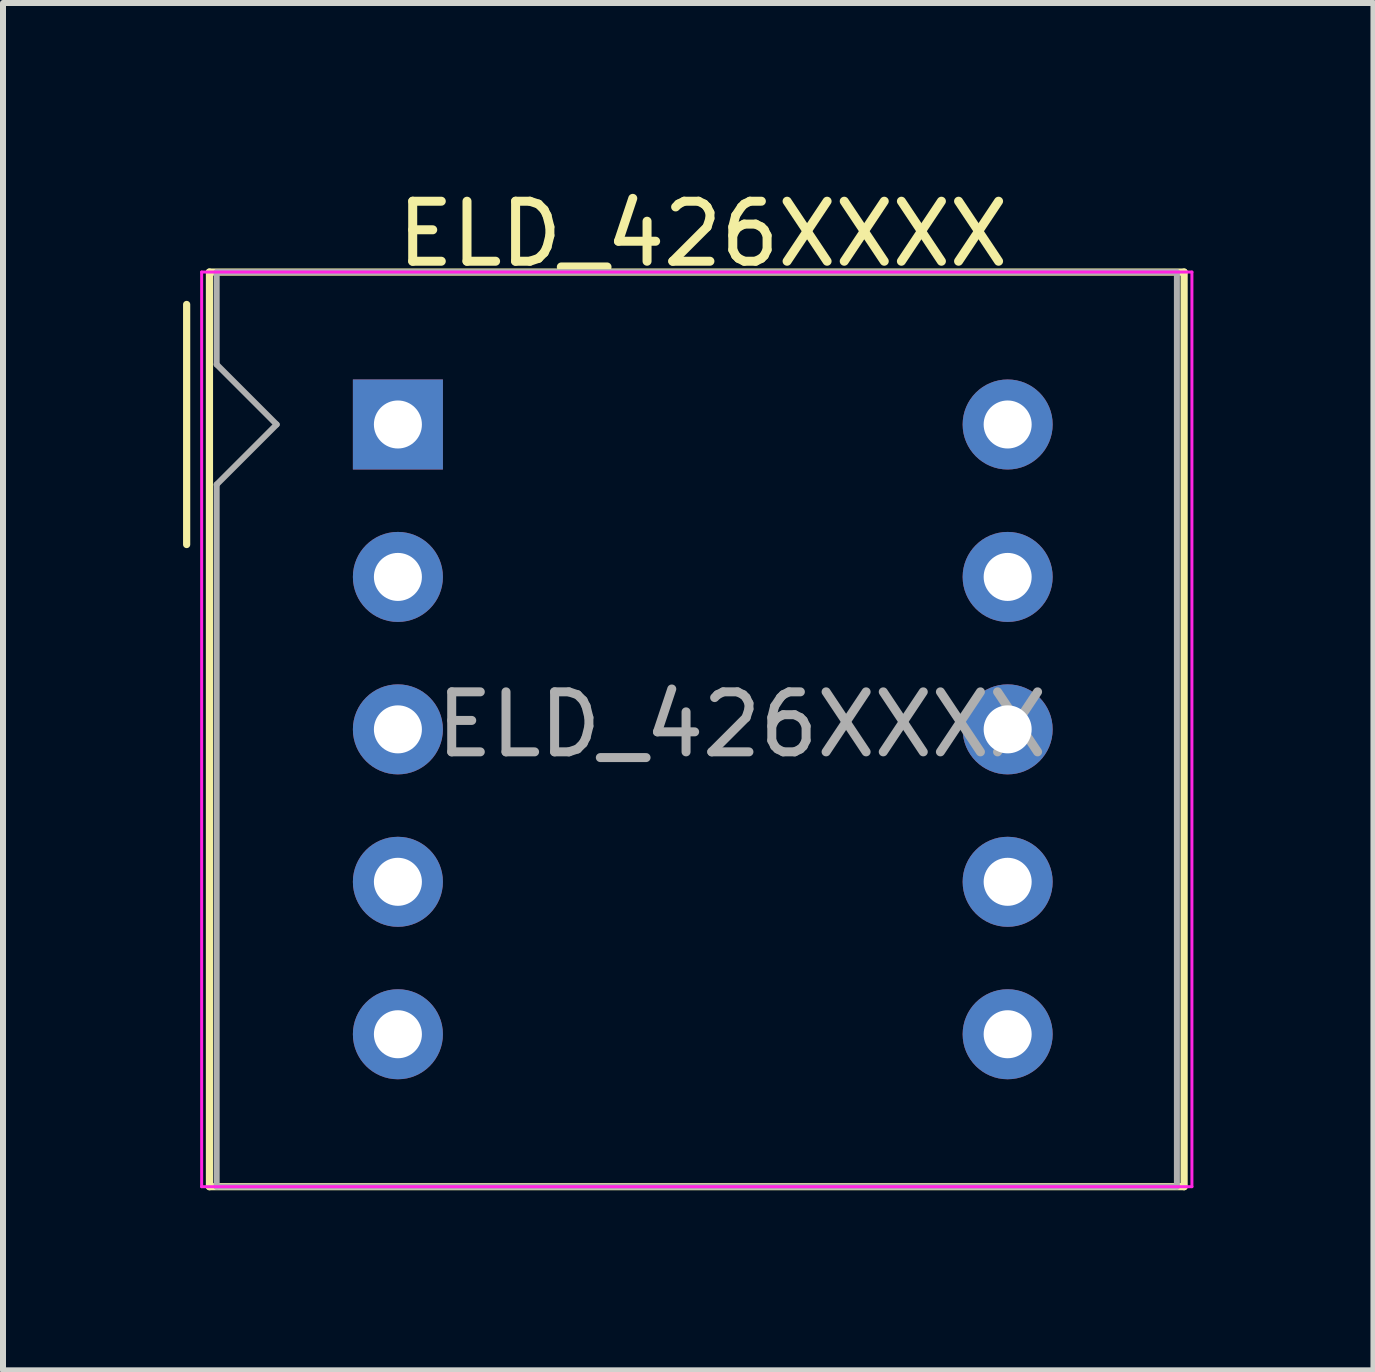
<source format=kicad_pcb>
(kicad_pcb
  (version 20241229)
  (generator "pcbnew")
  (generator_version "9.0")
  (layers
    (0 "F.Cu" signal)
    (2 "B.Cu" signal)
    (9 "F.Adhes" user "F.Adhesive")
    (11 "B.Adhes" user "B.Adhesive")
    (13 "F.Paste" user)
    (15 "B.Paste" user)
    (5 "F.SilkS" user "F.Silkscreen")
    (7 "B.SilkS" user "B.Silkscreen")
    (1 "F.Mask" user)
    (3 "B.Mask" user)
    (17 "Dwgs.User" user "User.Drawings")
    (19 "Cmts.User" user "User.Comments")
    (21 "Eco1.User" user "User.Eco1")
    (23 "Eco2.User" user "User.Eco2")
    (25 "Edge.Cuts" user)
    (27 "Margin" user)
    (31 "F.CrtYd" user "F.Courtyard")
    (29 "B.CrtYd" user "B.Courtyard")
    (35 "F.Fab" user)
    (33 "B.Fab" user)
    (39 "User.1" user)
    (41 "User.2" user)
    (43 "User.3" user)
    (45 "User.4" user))
  (footprint "ELD_426XXXX"
    (layer "F.Cu")
    (at 2.31 4.023)
    (property "Reference" "ELD_426XXXX" (at 6.35 -3.175 0) (layer "F.SilkS") (effects (font (size 1 1) (thickness 0.15))))
    (attr through_hole)
    (fp_line (start -2.25 -2) (end -2.25 2) (stroke (width 0.12) (type solid)) (layer "F.SilkS"))
    (fp_line (start -1.87 -2.54) (end 14.37 -2.54) (stroke (width 0.12) (type solid)) (layer "F.SilkS"))
    (fp_line (start -1.87 12.7) (end -1.87 -2.54) (stroke (width 0.12) (type solid)) (layer "F.SilkS"))
    (fp_line (start 14.37 -2.54) (end 14.37 12.7) (stroke (width 0.12) (type solid)) (layer "F.SilkS"))
    (fp_line (start 14.37 12.7) (end -1.87 12.7) (stroke (width 0.12) (type solid)) (layer "F.SilkS"))
    (fp_line (start -2 -2.54) (end 14.5 -2.54) (stroke (width 0.05) (type solid)) (layer "F.CrtYd"))
    (fp_line (start -2 12.7) (end -2 -2.54) (stroke (width 0.05) (type solid)) (layer "F.CrtYd"))
    (fp_line (start 14.5 -2.54) (end 14.5 12.7) (stroke (width 0.05) (type solid)) (layer "F.CrtYd"))
    (fp_line (start 14.5 12.7) (end -2 12.7) (stroke (width 0.05) (type solid)) (layer "F.CrtYd"))
    (fp_line (start -1.75 -2.54) (end 14.25 -2.54) (stroke (width 0.1) (type solid)) (layer "F.Fab"))
    (fp_line (start -1.75 -1) (end -1.75 -2.54) (stroke (width 0.1) (type solid)) (layer "F.Fab"))
    (fp_line (start -1.75 1) (end -0.75 0) (stroke (width 0.1) (type solid)) (layer "F.Fab"))
    (fp_line (start -1.75 12.7) (end -1.75 1) (stroke (width 0.1) (type solid)) (layer "F.Fab"))
    (fp_line (start -0.75 0) (end -1.75 -1) (stroke (width 0.1) (type solid)) (layer "F.Fab"))
    (fp_line (start 14.25 -2.54) (end 14.25 12.7) (stroke (width 0.1) (type solid)) (layer "F.Fab"))
    (fp_line (start 14.25 12.7) (end -1.75 12.7) (stroke (width 0.1) (type solid)) (layer "F.Fab"))
    (fp_text user "${REFERENCE}" (at 7 5 0) (layer "F.Fab") (effects (font (size 1 1) (thickness 0.15))))
    (pad "1" thru_hole rect (at 1.27 0) (size 1.5 1.5) (drill 0.8) (layers "*.Cu" "*.Mask"))
    (pad "2" thru_hole circle (at 1.27 2.54) (size 1.5 1.5) (drill 0.8) (layers "*.Cu" "*.Mask"))
    (pad "3" thru_hole circle (at 1.27 5.08) (size 1.5 1.5) (drill 0.8) (layers "*.Cu" "*.Mask"))
    (pad "4" thru_hole circle (at 1.27 7.62) (size 1.5 1.5) (drill 0.8) (layers "*.Cu" "*.Mask"))
    (pad "5" thru_hole circle (at 1.27 10.16) (size 1.5 1.5) (drill 0.8) (layers "*.Cu" "*.Mask"))
    (pad "6" thru_hole circle (at 11.43 10.16) (size 1.5 1.5) (drill 0.8) (layers "*.Cu" "*.Mask"))
    (pad "7" thru_hole circle (at 11.43 7.62) (size 1.5 1.5) (drill 0.8) (layers "*.Cu" "*.Mask"))
    (pad "8" thru_hole circle (at 11.43 5.08) (size 1.5 1.5) (drill 0.8) (layers "*.Cu" "*.Mask"))
    (pad "9" thru_hole circle (at 11.43 2.54) (size 1.5 1.5) (drill 0.8) (layers "*.Cu" "*.Mask"))
    (pad "10" thru_hole circle (at 11.43 0) (size 1.5 1.5) (drill 0.8) (layers "*.Cu" "*.Mask")))
  (gr_rect
    (start -3 -3)
    (end 19.835 19.783)
    (stroke (width 0.1) (type default))
    (fill no)
    (layer "Edge.Cuts")))
</source>
